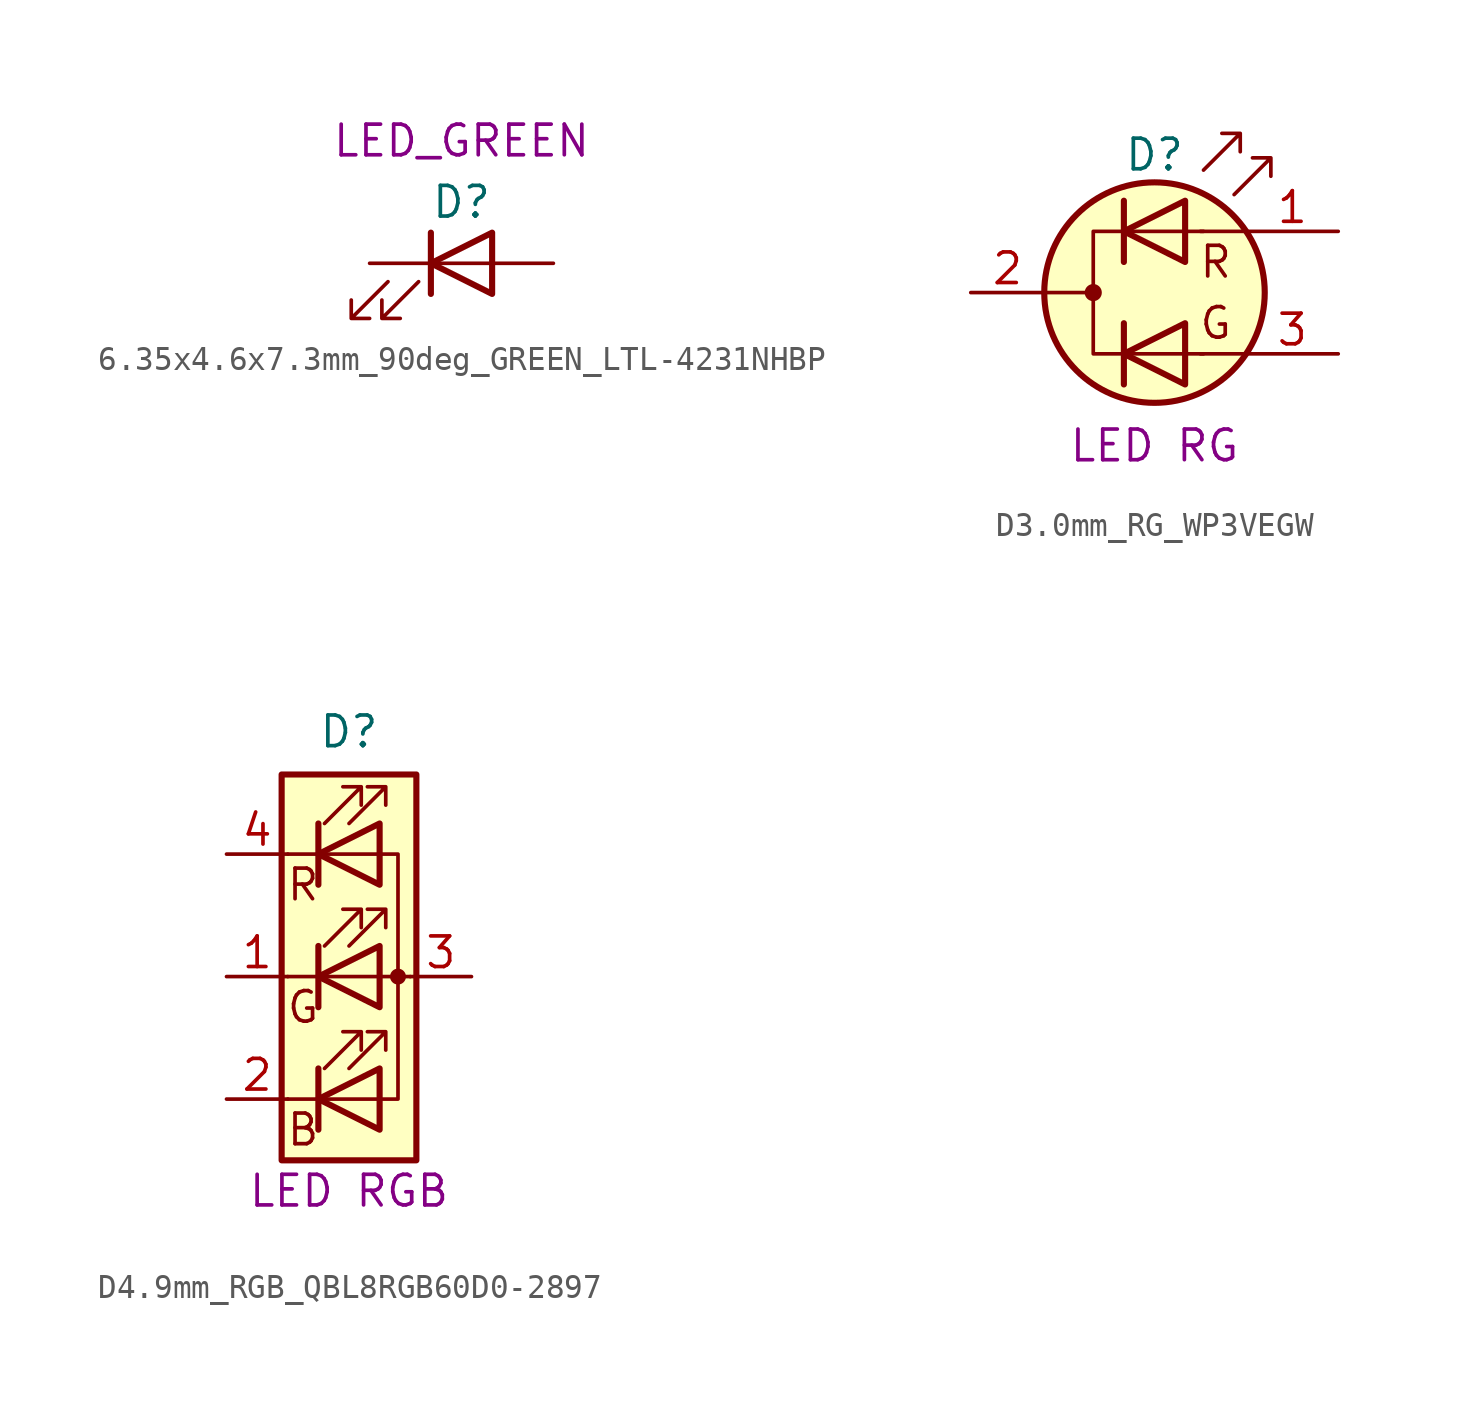
<source format=kicad_sym>
(kicad_symbol_lib
  (version 20231120)
  (generator "kicad_symbol_editor")
  (generator_version "8.0")
  (symbol "6.35x4.6x7.3mm_90deg_GREEN_LTL-4231NHBP"
    (pin_numbers hide)
    (pin_names
      (offset 1.016) hide)
    (property "Reference" "D"
      (at 0 2.54 0)
      (effects (font (size 1.27 1.27))))
    (property "UserValue" "LED_GREEN"
      (at 0 5.08 0)
      (effects (font (size 1.27 1.27))))
    (symbol "6.35x4.6x7.3mm_90deg_GREEN_LTL-4231NHBP_0_1"
      (polyline (pts (xy -1.27 -1.27) (xy -1.27 1.27)) (stroke (width 0.254) (type default)) (fill (type none)))
      (polyline (pts (xy -1.27 0) (xy 1.27 0)) (stroke (width 0) (type default)) (fill (type none)))
      (polyline (pts (xy 1.27 -1.27) (xy 1.27 1.27) (xy -1.27 0) (xy 1.27 -1.27)) (stroke (width 0.254) (type default)) (fill (type none)))
      (polyline (pts (xy -3.048 -0.762) (xy -4.572 -2.286) (xy -3.81 -2.286) (xy -4.572 -2.286) (xy -4.572 -1.524)) (stroke (width 0) (type default)) (fill (type none)))
      (polyline (pts (xy -1.778 -0.762) (xy -3.302 -2.286) (xy -2.54 -2.286) (xy -3.302 -2.286) (xy -3.302 -1.524)) (stroke (width 0) (type default)) (fill (type none))))
    (symbol "6.35x4.6x7.3mm_90deg_GREEN_LTL-4231NHBP_1_1"
      (pin passive line (at -3.81 0 0) (length 2.54) (name "K" (effects (font (size 1.27 1.27)))) (number "1" (effects (font (size 1.27 1.27)))))
      (pin passive line (at 3.81 0 180) (length 2.54) (name "A" (effects (font (size 1.27 1.27)))) (number "2" (effects (font (size 1.27 1.27)))))))
  (symbol "D3.0mm_RG_WP3VEGW"
    (pin_names
      (offset 0) hide)
    (property "Reference" "D"
      (at 0 5.715 0)
      (effects (font (size 1.27 1.27))))
    (property "UserValue" "LED RG"
      (at 0 -6.35 0)
      (effects (font (size 1.27 1.27))))
    (symbol "D3.0mm_RG_WP3VEGW_0_0"
      (text "G" (at 2.54 -1.27 0) (effects (font (size 1.27 1.27))))
      (text "R" (at 2.54 1.27 0) (effects (font (size 1.27 1.27)))))
    (symbol "D3.0mm_RG_WP3VEGW_0_1"
      (circle (center -2.54 0) (radius 0.279) (stroke (width 0) (type default)) (fill (type outline)))
      (polyline (pts (xy -4.572 0) (xy -2.54 0)) (stroke (width 0) (type default)) (fill (type none)))
      (polyline (pts (xy -1.27 -1.27) (xy -1.27 -3.81)) (stroke (width 0.254) (type default)) (fill (type none)))
      (polyline (pts (xy -1.27 1.27) (xy -1.27 3.81)) (stroke (width 0.254) (type default)) (fill (type none)))
      (polyline (pts (xy 3.81 -2.54) (xy 1.905 -2.54)) (stroke (width 0) (type default)) (fill (type none)))
      (polyline (pts (xy 3.81 2.54) (xy 1.905 2.54)) (stroke (width 0) (type default)) (fill (type none)))
      (polyline (pts (xy 1.27 -3.81) (xy 1.27 -1.27) (xy -1.27 -2.54) (xy 1.27 -3.81)) (stroke (width 0.254) (type default)) (fill (type none)))
      (polyline (pts (xy 1.27 1.27) (xy 1.27 3.81) (xy -1.27 2.54) (xy 1.27 1.27)) (stroke (width 0.254) (type default)) (fill (type none)))
      (polyline (pts (xy 2.032 2.54) (xy -2.54 2.54) (xy -2.54 -2.54) (xy 2.032 -2.54)) (stroke (width 0) (type default)) (fill (type none)))
      (polyline (pts (xy 2.032 5.08) (xy 3.556 6.604) (xy 2.794 6.604) (xy 3.556 6.604) (xy 3.556 5.842)) (stroke (width 0) (type default)) (fill (type none)))
      (polyline (pts (xy 3.302 4.064) (xy 4.826 5.588) (xy 4.064 5.588) (xy 4.826 5.588) (xy 4.826 4.826)) (stroke (width 0) (type default)) (fill (type none)))
      (circle (center 0 0) (radius 4.572) (stroke (width 0.254) (type default)) (fill (type background))))
    (symbol "D3.0mm_RG_WP3VEGW_1_1"
      (pin input line (at 7.62 2.54 180) (length 3.81) (name "A1" (effects (font (size 1.27 1.27)))) (number "1" (effects (font (size 1.27 1.27)))))
      (pin input line (at -7.62 0 0) (length 3.048) (name "K" (effects (font (size 1.27 1.27)))) (number "2" (effects (font (size 1.27 1.27)))))
      (pin input line (at 7.62 -2.54 180) (length 3.81) (name "A2" (effects (font (size 1.27 1.27)))) (number "3" (effects (font (size 1.27 1.27)))))))
  (symbol "D4.9mm_RGB_QBL8RGB60D0-2897"
    (pin_names
      (offset 0) hide)
    (property "Reference" "D"
      (at 0 10.16 0)
      (effects (font (size 1.27 1.27))))
    (property "UserValue" "LED RGB"
      (at 0 -8.89 0)
      (effects (font (size 1.27 1.27))))
    (symbol "D4.9mm_RGB_QBL8RGB60D0-2897_0_0"
      (text "B" (at -1.905 -6.35 0) (effects (font (size 1.27 1.27))))
      (text "G" (at -1.905 -1.27 0) (effects (font (size 1.27 1.27))))
      (text "R" (at -1.905 3.81 0) (effects (font (size 1.27 1.27)))))
    (symbol "D4.9mm_RGB_QBL8RGB60D0-2897_0_1"
      (polyline (pts (xy -1.27 -5.08) (xy -2.54 -5.08)) (stroke (width 0) (type default)) (fill (type none)))
      (polyline (pts (xy -1.27 -5.08) (xy 1.27 -5.08)) (stroke (width 0) (type default)) (fill (type none)))
      (polyline (pts (xy -1.27 -3.81) (xy -1.27 -6.35)) (stroke (width 0.254) (type default)) (fill (type none)))
      (polyline (pts (xy -1.27 0) (xy -2.54 0)) (stroke (width 0) (type default)) (fill (type none)))
      (polyline (pts (xy -1.27 1.27) (xy -1.27 -1.27)) (stroke (width 0.254) (type default)) (fill (type none)))
      (polyline (pts (xy -1.27 5.08) (xy -2.54 5.08)) (stroke (width 0) (type default)) (fill (type none)))
      (polyline (pts (xy -1.27 5.08) (xy 1.27 5.08)) (stroke (width 0) (type default)) (fill (type none)))
      (polyline (pts (xy -1.27 6.35) (xy -1.27 3.81)) (stroke (width 0.254) (type default)) (fill (type none)))
      (polyline (pts (xy 1.27 0) (xy -1.27 0)) (stroke (width 0) (type default)) (fill (type none)))
      (polyline (pts (xy 1.27 0) (xy 2.54 0)) (stroke (width 0) (type default)) (fill (type none)))
      (polyline (pts (xy -1.27 1.27) (xy -1.27 -1.27) (xy -1.27 -1.27)) (stroke (width 0) (type default)) (fill (type none)))
      (polyline (pts (xy -1.27 6.35) (xy -1.27 3.81) (xy -1.27 3.81)) (stroke (width 0) (type default)) (fill (type none)))
      (polyline (pts (xy 1.27 -5.08) (xy 2.032 -5.08) (xy 2.032 5.08) (xy 1.27 5.08)) (stroke (width 0) (type default)) (fill (type none)))
      (polyline (pts (xy 1.27 -3.81) (xy 1.27 -6.35) (xy -1.27 -5.08) (xy 1.27 -3.81)) (stroke (width 0.254) (type default)) (fill (type none)))
      (polyline (pts (xy 1.27 1.27) (xy 1.27 -1.27) (xy -1.27 0) (xy 1.27 1.27)) (stroke (width 0.254) (type default)) (fill (type none)))
      (polyline (pts (xy 1.27 6.35) (xy 1.27 3.81) (xy -1.27 5.08) (xy 1.27 6.35)) (stroke (width 0.254) (type default)) (fill (type none)))
      (polyline (pts (xy -1.016 -3.81) (xy 0.508 -2.286) (xy -0.254 -2.286) (xy 0.508 -2.286) (xy 0.508 -3.048)) (stroke (width 0) (type default)) (fill (type none)))
      (polyline (pts (xy -1.016 1.27) (xy 0.508 2.794) (xy -0.254 2.794) (xy 0.508 2.794) (xy 0.508 2.032)) (stroke (width 0) (type default)) (fill (type none)))
      (polyline (pts (xy -1.016 6.35) (xy 0.508 7.874) (xy -0.254 7.874) (xy 0.508 7.874) (xy 0.508 7.112)) (stroke (width 0) (type default)) (fill (type none)))
      (polyline (pts (xy 0 -3.81) (xy 1.524 -2.286) (xy 0.762 -2.286) (xy 1.524 -2.286) (xy 1.524 -3.048)) (stroke (width 0) (type default)) (fill (type none)))
      (polyline (pts (xy 0 1.27) (xy 1.524 2.794) (xy 0.762 2.794) (xy 1.524 2.794) (xy 1.524 2.032)) (stroke (width 0) (type default)) (fill (type none)))
      (polyline (pts (xy 0 6.35) (xy 1.524 7.874) (xy 0.762 7.874) (xy 1.524 7.874) (xy 1.524 7.112)) (stroke (width 0) (type default)) (fill (type none)))
      (rectangle (start 1.27 -1.27) (end 1.27 1.27) (stroke (width 0) (type default)) (fill (type none)))
      (rectangle (start 1.27 1.27) (end 1.27 1.27) (stroke (width 0) (type default)) (fill (type none)))
      (rectangle (start 1.27 3.81) (end 1.27 6.35) (stroke (width 0) (type default)) (fill (type none)))
      (rectangle (start 1.27 6.35) (end 1.27 6.35) (stroke (width 0) (type default)) (fill (type none)))
      (circle (center 2.032 0) (radius 0.254) (stroke (width 0) (type default)) (fill (type outline)))
      (rectangle (start 2.794 8.382) (end -2.794 -7.62) (stroke (width 0.254) (type default)) (fill (type background))))
    (symbol "D4.9mm_RGB_QBL8RGB60D0-2897_1_1"
      (pin passive line (at -5.08 0 0) (length 2.54) (name "GK" (effects (font (size 1.27 1.27)))) (number "1" (effects (font (size 1.27 1.27)))))
      (pin passive line (at -5.08 -5.08 0) (length 2.54) (name "BK" (effects (font (size 1.27 1.27)))) (number "2" (effects (font (size 1.27 1.27)))))
      (pin passive line (at 5.08 0 180) (length 2.54) (name "A" (effects (font (size 1.27 1.27)))) (number "3" (effects (font (size 1.27 1.27)))))
      (pin passive line (at -5.08 5.08 0) (length 2.54) (name "RK" (effects (font (size 1.27 1.27)))) (number "4" (effects (font (size 1.27 1.27))))))))
</source>
